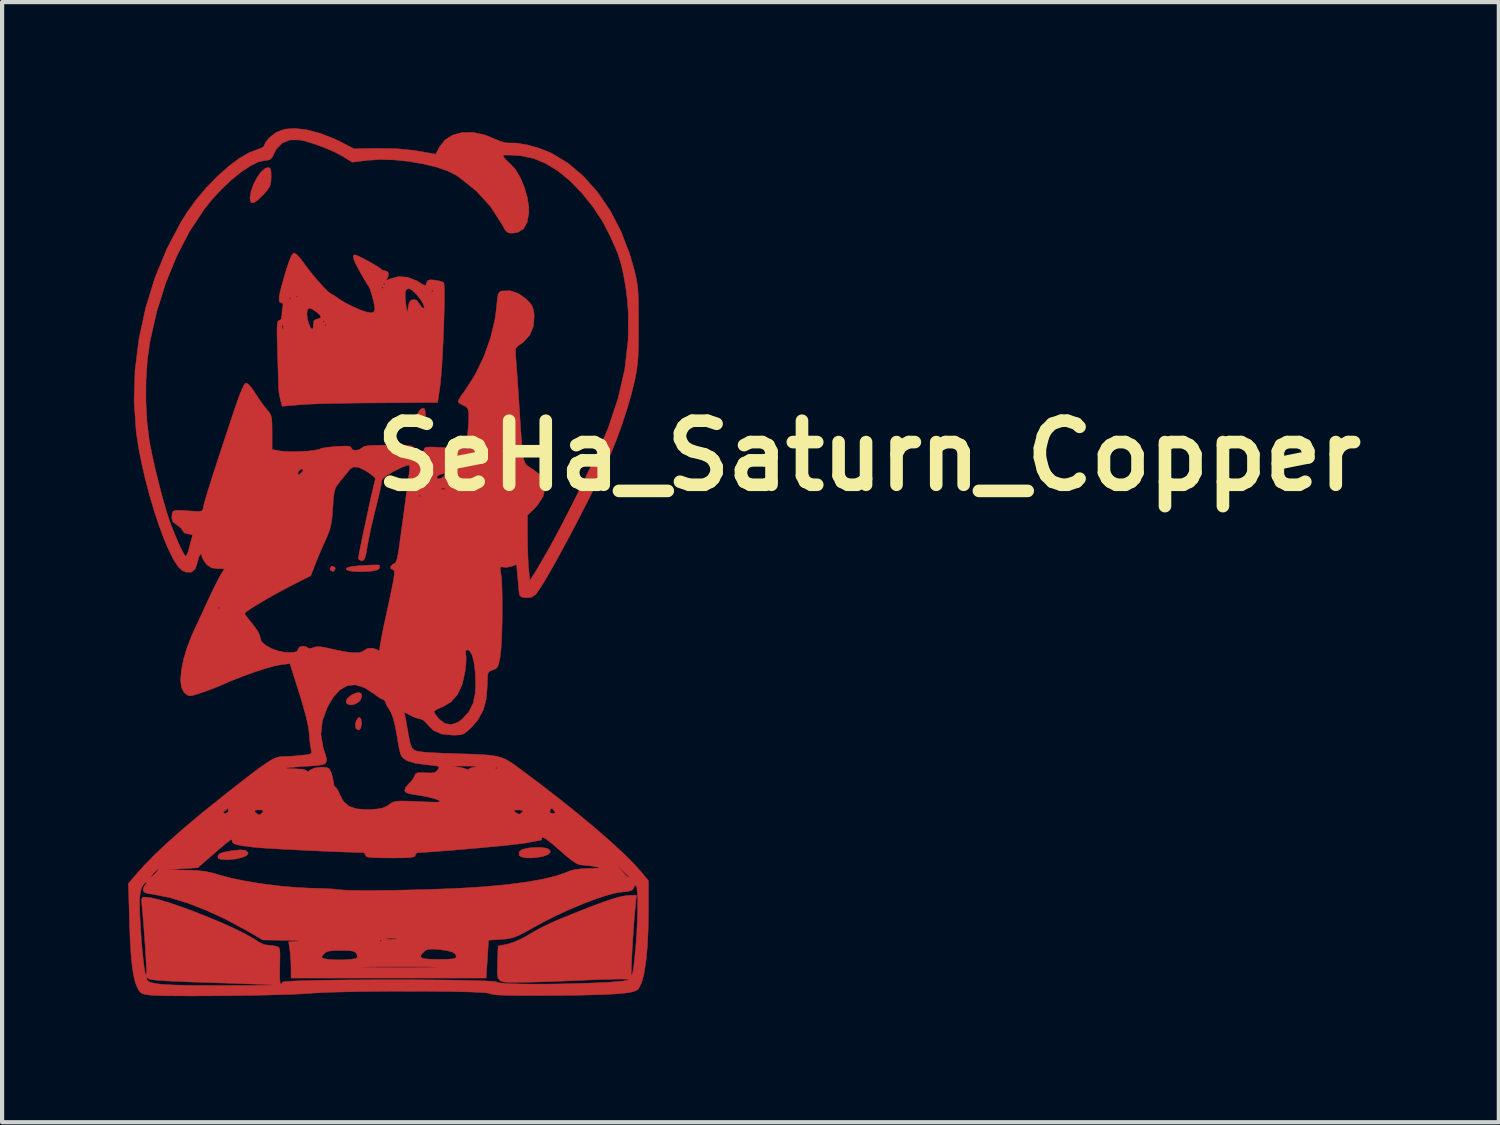
<source format=kicad_pcb>
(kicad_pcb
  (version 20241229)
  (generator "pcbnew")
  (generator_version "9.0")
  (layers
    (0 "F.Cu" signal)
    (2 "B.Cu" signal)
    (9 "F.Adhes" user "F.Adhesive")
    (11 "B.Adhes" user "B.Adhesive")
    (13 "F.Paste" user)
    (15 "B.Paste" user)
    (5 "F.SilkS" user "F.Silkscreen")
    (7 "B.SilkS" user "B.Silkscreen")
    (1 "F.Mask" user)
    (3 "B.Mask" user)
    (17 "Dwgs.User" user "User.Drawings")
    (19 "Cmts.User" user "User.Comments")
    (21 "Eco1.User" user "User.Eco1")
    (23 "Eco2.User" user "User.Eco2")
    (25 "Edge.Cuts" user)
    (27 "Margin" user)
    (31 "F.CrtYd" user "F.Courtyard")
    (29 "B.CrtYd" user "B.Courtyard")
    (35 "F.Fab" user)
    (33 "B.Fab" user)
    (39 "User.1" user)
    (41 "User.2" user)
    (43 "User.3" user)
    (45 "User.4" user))
  (footprint "SeHa_Saturn_Copper"
    (layer "F.Cu")
    (at 6.197 10.334)
    (property "Reference" "SeHa_Saturn_Copper" (at 11.43 -2.54 0) (layer "F.SilkS") (effects (font (size 1.524 1.524) (thickness 0.3))))
    (attr through_hole)
    (fp_poly (pts (xy -1.277 0.119) (xy -1.27 0.148) (xy -1.304 0.204) (xy -1.333 0.212) (xy -1.39 0.178) (xy -1.397 0.148) (xy -1.363 0.092) (xy -1.333 0.085) (xy -1.277 0.119)) (stroke (width 0.01) (type solid)) (fill yes) (layer "F.Cu"))
    (fp_poly (pts (xy -0.658 3.722) (xy -0.643 3.83) (xy -0.643 3.831) (xy -0.662 3.935) (xy -0.707 3.984) (xy -0.762 3.964) (xy -0.782 3.939) (xy -0.794 3.865) (xy -0.773 3.773) (xy -0.732 3.701) (xy -0.698 3.683) (xy -0.658 3.722)) (stroke (width 0.01) (type solid)) (fill yes) (layer "F.Cu"))
    (fp_poly (pts (xy -0.647 3.121) (xy -0.64 3.192) (xy -0.678 3.278) (xy -0.712 3.317) (xy -0.81 3.373) (xy -0.911 3.388) (xy -0.989 3.361) (xy -1.016 3.303) (xy -0.98 3.228) (xy -0.891 3.155) (xy -0.778 3.103) (xy -0.701 3.09) (xy -0.647 3.121)) (stroke (width 0.01) (type solid)) (fill yes) (layer "F.Cu"))
    (fp_poly (pts (xy 0.85 -3.664) (xy 0.87 -3.602) (xy 0.875 -3.494) (xy 0.87 -3.376) (xy 0.849 -3.319) (xy 0.799 -3.303) (xy 0.775 -3.302) (xy 0.688 -3.325) (xy 0.651 -3.363) (xy 0.652 -3.451) (xy 0.694 -3.557) (xy 0.758 -3.644) (xy 0.808 -3.674) (xy 0.85 -3.664)) (stroke (width 0.01) (type solid)) (fill yes) (layer "F.Cu"))
    (fp_poly (pts (xy 3.767 6.798) (xy 3.839 6.848) (xy 3.844 6.891) (xy 3.795 6.945) (xy 3.686 6.987) (xy 3.542 7.015) (xy 3.387 7.028) (xy 3.246 7.023) (xy 3.143 6.996) (xy 3.105 6.961) (xy 3.103 6.882) (xy 3.173 6.826) (xy 3.319 6.792) (xy 3.404 6.782) (xy 3.621 6.776) (xy 3.767 6.798)) (stroke (width 0.01) (type solid)) (fill yes) (layer "F.Cu"))
    (fp_poly (pts (xy -3.407 6.847) (xy -3.349 6.896) (xy -3.344 6.922) (xy -3.383 6.973) (xy -3.488 7.018) (xy -3.638 7.052) (xy -3.815 7.069) (xy -3.863 7.069) (xy -3.994 7.062) (xy -4.055 7.035) (xy -4.064 7.009) (xy -4.053 6.956) (xy -4.008 6.919) (xy -3.913 6.889) (xy -3.751 6.859) (xy -3.737 6.856) (xy -3.535 6.834) (xy -3.407 6.847)) (stroke (width 0.01) (type solid)) (fill yes) (layer "F.Cu"))
    (fp_poly (pts (xy -0.235 0.058) (xy -0.221 0.062) (xy -0.217 0.112) (xy -0.226 0.146) (xy -0.277 0.178) (xy -0.385 0.201) (xy -0.529 0.214) (xy -0.685 0.218) (xy -0.833 0.211) (xy -0.949 0.194) (xy -1.011 0.166) (xy -1.016 0.155) (xy -0.99 0.123) (xy -0.905 0.099) (xy -0.751 0.08) (xy -0.628 0.07) (xy -0.456 0.06) (xy -0.318 0.056) (xy -0.235 0.058)) (stroke (width 0.01) (type solid)) (fill yes) (layer "F.Cu"))
    (fp_poly (pts (xy -2.828 -9.387) (xy -2.804 -9.34) (xy -2.796 -9.238) (xy -2.796 -9.176) (xy -2.802 -9.046) (xy -2.829 -8.951) (xy -2.891 -8.857) (xy -2.982 -8.752) (xy -3.121 -8.618) (xy -3.22 -8.558) (xy -3.28 -8.572) (xy -3.3 -8.661) (xy -3.3 -8.668) (xy -3.276 -8.826) (xy -3.217 -8.996) (xy -3.133 -9.158) (xy -3.038 -9.292) (xy -2.941 -9.377) (xy -2.877 -9.398) (xy -2.828 -9.387)) (stroke (width 0.01) (type solid)) (fill yes) (layer "F.Cu"))
    (fp_poly (pts (xy -2.192 -7.331) (xy -2.109 -7.244) (xy -2.014 -7.12) (xy -2.001 -7.1) (xy -1.906 -6.971) (xy -1.79 -6.826) (xy -1.665 -6.682) (xy -1.547 -6.552) (xy -1.448 -6.452) (xy -1.381 -6.398) (xy -1.366 -6.392) (xy -1.32 -6.369) (xy -1.235 -6.31) (xy -1.199 -6.284) (xy -1.053 -6.19) (xy -0.862 -6.092) (xy -0.665 -6.007) (xy -0.508 -5.956) (xy -0.402 -5.942) (xy -0.344 -5.97) (xy -0.33 -6.052) (xy -0.354 -6.197) (xy -0.372 -6.267) (xy -0.383 -6.305) (xy 0.393 -6.305) (xy 0.407 -6.168) (xy 0.426 -6.028) (xy 0.438 -5.966) (xy 0.448 -5.975) (xy 0.46 -6.047) (xy 0.464 -6.075) (xy 0.49 -6.19) (xy 0.536 -6.245) (xy 0.582 -6.258) (xy 0.669 -6.241) (xy 0.726 -6.162) (xy 0.774 -6.087) (xy 0.821 -6.05) (xy 0.846 -6.068) (xy 0.847 -6.078) (xy 0.819 -6.16) (xy 0.751 -6.269) (xy 0.661 -6.381) (xy 0.584 -6.456) (xy 1.016 -6.456) (xy 1.037 -6.435) (xy 1.058 -6.456) (xy 1.037 -6.477) (xy 1.016 -6.456) (xy 0.584 -6.456) (xy 0.568 -6.471) (xy 0.494 -6.518) (xy 0.481 -6.519) (xy 0.423 -6.5) (xy 0.394 -6.432) (xy 0.393 -6.305) (xy -0.383 -6.305) (xy -0.412 -6.409) (xy -0.446 -6.515) (xy -0.458 -6.54) (xy -0.169 -6.54) (xy -0.148 -6.519) (xy -0.127 -6.54) (xy -0.148 -6.562) (xy -0.169 -6.54) (xy -0.458 -6.54) (xy -0.467 -6.562) (xy -0.498 -6.606) (xy -0.51 -6.625) (xy -0.127 -6.625) (xy -0.106 -6.604) (xy -0.085 -6.625) (xy -0.106 -6.646) (xy -0.127 -6.625) (xy -0.51 -6.625) (xy -0.559 -6.705) (xy -0.639 -6.841) (xy -0.669 -6.893) (xy -0.775 -7.089) (xy -0.832 -7.221) (xy -0.843 -7.298) (xy -0.809 -7.324) (xy -0.806 -7.324) (xy -0.748 -7.304) (xy -0.642 -7.254) (xy -0.511 -7.185) (xy -0.377 -7.11) (xy -0.263 -7.041) (xy -0.19 -6.991) (xy -0.176 -6.976) (xy -0.128 -6.948) (xy -0.081 -6.943) (xy -0.017 -6.912) (xy -0.001 -6.838) (xy -0.039 -6.751) (xy -0.053 -6.735) (xy -0.058 -6.714) (xy 0.002 -6.734) (xy 0.039 -6.752) (xy 0.232 -6.805) (xy 0.447 -6.789) (xy 0.661 -6.708) (xy 0.716 -6.675) (xy 0.816 -6.611) (xy 0.868 -6.592) (xy 0.891 -6.615) (xy 0.903 -6.655) (xy 0.929 -6.709) (xy 0.985 -6.728) (xy 1.095 -6.72) (xy 1.103 -6.719) (xy 1.22 -6.697) (xy 1.299 -6.669) (xy 1.311 -6.66) (xy 1.32 -6.606) (xy 1.325 -6.481) (xy 1.326 -6.297) (xy 1.323 -6.068) (xy 1.316 -5.806) (xy 1.307 -5.525) (xy 1.295 -5.239) (xy 1.281 -4.959) (xy 1.266 -4.699) (xy 1.25 -4.472) (xy 1.233 -4.292) (xy 1.225 -4.223) (xy 1.167 -3.81) (xy -0.104 -3.8) (xy -0.544 -3.797) (xy -0.911 -3.793) (xy -1.214 -3.788) (xy -1.466 -3.783) (xy -1.676 -3.777) (xy -1.857 -3.77) (xy -2.018 -3.76) (xy -2.171 -3.749) (xy -2.252 -3.743) (xy -2.535 -3.718) (xy -2.577 -3.881) (xy -2.606 -4.016) (xy -2.619 -4.136) (xy -2.62 -4.149) (xy -2.621 -4.225) (xy -2.625 -4.369) (xy -2.631 -4.566) (xy -2.638 -4.799) (xy -2.645 -5.006) (xy -2.653 -5.278) (xy -2.656 -5.476) (xy -2.655 -5.612) (xy -2.655 -5.613) (xy -2.537 -5.613) (xy -2.529 -5.558) (xy -2.514 -5.557) (xy -2.504 -5.614) (xy -2.511 -5.638) (xy -2.53 -5.654) (xy -2.537 -5.613) (xy -2.655 -5.613) (xy -2.647 -5.696) (xy -2.633 -5.741) (xy -2.613 -5.757) (xy -2.605 -5.757) (xy -2.557 -5.789) (xy -2.54 -5.89) (xy -2.54 -5.902) (xy -2.539 -5.922) (xy -1.946 -5.922) (xy -1.932 -5.79) (xy -1.901 -5.679) (xy -1.853 -5.578) (xy -1.814 -5.55) (xy -1.792 -5.598) (xy -1.791 -5.652) (xy -1.524 -5.652) (xy -1.503 -5.63) (xy -1.482 -5.652) (xy -1.503 -5.673) (xy -1.524 -5.652) (xy -1.791 -5.652) (xy -1.791 -5.662) (xy -1.783 -5.736) (xy -1.566 -5.736) (xy -1.545 -5.715) (xy -1.524 -5.736) (xy -1.545 -5.757) (xy -1.566 -5.736) (xy -1.783 -5.736) (xy -1.781 -5.752) (xy -1.723 -5.789) (xy -1.704 -5.792) (xy -1.629 -5.816) (xy -1.609 -5.842) (xy -1.641 -5.895) (xy -1.719 -5.964) (xy -1.81 -6.024) (xy -1.884 -6.053) (xy -1.89 -6.054) (xy -1.932 -6.017) (xy -1.946 -5.922) (xy -2.539 -5.922) (xy -2.533 -6.022) (xy -2.515 -6.112) (xy -2.514 -6.114) (xy -2.518 -6.17) (xy -2.559 -6.181) (xy -2.595 -6.197) (xy -2.61 -6.252) (xy -2.606 -6.287) (xy -2.371 -6.287) (xy -2.349 -6.265) (xy -2.328 -6.287) (xy -2.349 -6.308) (xy -2.371 -6.287) (xy -2.606 -6.287) (xy -2.602 -6.329) (xy -2.201 -6.329) (xy -2.18 -6.308) (xy -2.159 -6.329) (xy -2.18 -6.35) (xy -2.201 -6.329) (xy -2.602 -6.329) (xy -2.6 -6.354) (xy -2.565 -6.512) (xy -2.504 -6.736) (xy -2.446 -6.932) (xy -2.378 -7.143) (xy -2.323 -7.279) (xy -2.278 -7.35) (xy -2.247 -7.365) (xy -2.192 -7.331)) (stroke (width 0.01) (type solid)) (fill yes) (layer "F.Cu"))
    (fp_poly (pts (xy -1.941 -10.295) (xy -1.623 -10.21) (xy -1.286 -10.077) (xy -1.122 -9.998) (xy -0.826 -9.845) (xy -0.275 -9.855) (xy 0.186 -9.847) (xy 0.593 -9.807) (xy 0.698 -9.79) (xy 1.121 -9.716) (xy 1.206 -9.883) (xy 1.338 -10.054) (xy 1.524 -10.171) (xy 1.751 -10.232) (xy 2.008 -10.234) (xy 2.28 -10.177) (xy 2.485 -10.094) (xy 2.631 -10.032) (xy 2.763 -9.992) (xy 2.838 -9.984) (xy 3.045 -9.98) (xy 3.297 -9.938) (xy 3.567 -9.862) (xy 3.828 -9.761) (xy 3.881 -9.735) (xy 4.271 -9.5) (xy 4.636 -9.189) (xy 4.97 -8.813) (xy 5.267 -8.378) (xy 5.521 -7.893) (xy 5.726 -7.365) (xy 5.812 -7.076) (xy 5.856 -6.909) (xy 5.889 -6.77) (xy 5.912 -6.64) (xy 5.928 -6.505) (xy 5.938 -6.347) (xy 5.943 -6.149) (xy 5.945 -5.896) (xy 5.945 -5.673) (xy 5.945 -5.353) (xy 5.941 -5.101) (xy 5.934 -4.9) (xy 5.92 -4.731) (xy 5.901 -4.579) (xy 5.873 -4.425) (xy 5.85 -4.318) (xy 5.771 -3.997) (xy 5.666 -3.638) (xy 5.545 -3.268) (xy 5.418 -2.918) (xy 5.295 -2.616) (xy 5.27 -2.561) (xy 5.112 -2.226) (xy 4.939 -1.869) (xy 4.755 -1.5) (xy 4.566 -1.13) (xy 4.377 -0.766) (xy 4.192 -0.419) (xy 4.017 -0.099) (xy 3.857 0.187) (xy 3.717 0.427) (xy 3.601 0.613) (xy 3.516 0.735) (xy 3.495 0.76) (xy 3.397 0.827) (xy 3.263 0.838) (xy 3.262 0.838) (xy 3.16 0.821) (xy 3.115 0.776) (xy 3.101 0.699) (xy 3.091 0.586) (xy 3.077 0.43) (xy 3.066 0.309) (xy 3.042 0.047) (xy 2.93 0.089) (xy 2.813 0.113) (xy 2.727 0.109) (xy 2.672 0.101) (xy 2.652 0.128) (xy 2.661 0.209) (xy 2.671 0.265) (xy 2.686 0.392) (xy 2.696 0.585) (xy 2.701 0.826) (xy 2.702 1.096) (xy 2.7 1.378) (xy 2.693 1.652) (xy 2.683 1.9) (xy 2.669 2.105) (xy 2.652 2.244) (xy 2.622 2.393) (xy 2.592 2.481) (xy 2.548 2.528) (xy 2.479 2.556) (xy 2.477 2.556) (xy 2.412 2.579) (xy 2.374 2.611) (xy 2.355 2.674) (xy 2.349 2.786) (xy 2.347 2.916) (xy 2.322 3.246) (xy 2.247 3.519) (xy 2.116 3.752) (xy 1.986 3.903) (xy 1.874 4.011) (xy 1.79 4.072) (xy 1.704 4.099) (xy 1.583 4.106) (xy 1.515 4.106) (xy 1.261 4.079) (xy 1.064 3.994) (xy 0.919 3.85) (xy 0.908 3.833) (xy 0.835 3.756) (xy 0.766 3.725) (xy 0.685 3.707) (xy 0.57 3.661) (xy 0.533 3.643) (xy 0.371 3.56) (xy 0.398 3.696) (xy 0.42 3.809) (xy 0.448 3.968) (xy 0.474 4.12) (xy 0.511 4.297) (xy 0.554 4.407) (xy 0.61 4.465) (xy 0.676 4.487) (xy 0.804 4.506) (xy 0.998 4.522) (xy 1.266 4.535) (xy 1.612 4.547) (xy 1.622 4.547) (xy 1.949 4.557) (xy 2.206 4.568) (xy 2.405 4.584) (xy 2.562 4.607) (xy 2.688 4.641) (xy 2.799 4.689) (xy 2.908 4.754) (xy 3.029 4.838) (xy 3.077 4.874) (xy 3.582 5.252) (xy 4.061 5.622) (xy 4.507 5.98) (xy 4.914 6.319) (xy 5.276 6.634) (xy 5.586 6.919) (xy 5.838 7.17) (xy 6.022 7.376) (xy 6.181 7.571) (xy 6.181 8.253) (xy 6.174 8.732) (xy 6.153 9.151) (xy 6.119 9.506) (xy 6.072 9.793) (xy 6.014 10.005) (xy 5.945 10.14) (xy 5.929 10.157) (xy 5.878 10.189) (xy 5.79 10.216) (xy 5.658 10.239) (xy 5.477 10.257) (xy 5.241 10.272) (xy 4.943 10.283) (xy 4.578 10.292) (xy 4.14 10.297) (xy 3.699 10.3) (xy 3.321 10.301) (xy 3.019 10.3) (xy 2.787 10.296) (xy 2.616 10.289) (xy 2.499 10.279) (xy 2.429 10.266) (xy 2.401 10.252) (xy 2.344 10.24) (xy 2.212 10.229) (xy 2.016 10.219) (xy 1.764 10.212) (xy 1.467 10.206) (xy 1.135 10.202) (xy 0.777 10.199) (xy 0.404 10.199) (xy 0.025 10.2) (xy -0.35 10.203) (xy -0.71 10.208) (xy -1.047 10.214) (xy -1.35 10.222) (xy -1.609 10.232) (xy -1.814 10.244) (xy -1.884 10.25) (xy -2.047 10.261) (xy -2.276 10.271) (xy -2.559 10.28) (xy -2.883 10.289) (xy -3.237 10.296) (xy -3.607 10.302) (xy -3.983 10.306) (xy -4.35 10.309) (xy -4.698 10.31) (xy -5.014 10.309) (xy -5.286 10.306) (xy -5.5 10.301) (xy -5.646 10.294) (xy -5.673 10.291) (xy -5.81 10.272) (xy -5.891 10.24) (xy -5.944 10.181) (xy -5.978 10.117) (xy -6.029 9.987) (xy -6.051 9.893) (xy -5.757 9.893) (xy -5.745 9.936) (xy -5.704 9.971) (xy -5.628 9.999) (xy -5.509 10.022) (xy -5.341 10.038) (xy -5.116 10.05) (xy -4.829 10.058) (xy -4.472 10.062) (xy -4.038 10.063) (xy -3.937 10.063) (xy -3.623 10.062) (xy -3.345 10.061) (xy -3.112 10.059) (xy -2.931 10.056) (xy -2.813 10.053) (xy -2.767 10.05) (xy -2.773 10.048) (xy -2.845 10.044) (xy -2.991 10.037) (xy -3.199 10.029) (xy -3.458 10.02) (xy -3.758 10.009) (xy -4.087 9.999) (xy -4.294 9.992) (xy -4.703 9.979) (xy -5.034 9.966) (xy -5.292 9.953) (xy -5.484 9.94) (xy -5.616 9.926) (xy -5.693 9.911) (xy -5.722 9.896) (xy -5.751 9.867) (xy -5.757 9.893) (xy -6.051 9.893) (xy -6.07 9.816) (xy -6.103 9.595) (xy -6.13 9.316) (xy -6.151 8.97) (xy -6.166 8.549) (xy -6.168 8.507) (xy -6.178 8.136) (xy -5.927 8.136) (xy -5.921 8.367) (xy -5.905 8.663) (xy -5.882 8.995) (xy -5.862 9.232) (xy -5.84 9.441) (xy -5.819 9.613) (xy -5.799 9.737) (xy -5.781 9.806) (xy -5.768 9.809) (xy -5.761 9.737) (xy -5.761 9.737) (xy -5.763 9.649) (xy -5.771 9.496) (xy -5.782 9.295) (xy -5.797 9.065) (xy -5.814 8.825) (xy -5.832 8.592) (xy -5.849 8.387) (xy -5.864 8.226) (xy -5.866 8.202) (xy -5.879 8.065) (xy -5.875 7.993) (xy -5.849 7.964) (xy -5.794 7.959) (xy -5.792 7.959) (xy -5.647 7.977) (xy -5.44 8.027) (xy -5.185 8.105) (xy -4.896 8.204) (xy -4.586 8.319) (xy -4.27 8.445) (xy -3.961 8.575) (xy -3.674 8.706) (xy -3.421 8.83) (xy -3.217 8.944) (xy -3.095 9.025) (xy -2.983 9.082) (xy -2.884 9.102) (xy -2.756 9.113) (xy -2.675 9.129) (xy -2.631 9.144) (xy -2.604 9.173) (xy -2.589 9.231) (xy -2.585 9.334) (xy -2.588 9.499) (xy -2.59 9.594) (xy -2.593 9.815) (xy -2.587 9.962) (xy -2.571 10.033) (xy -2.547 10.024) (xy -2.53 9.983) (xy -2.485 9.971) (xy -2.365 9.961) (xy -2.178 9.952) (xy -1.933 9.945) (xy -1.639 9.938) (xy -1.305 9.933) (xy -0.941 9.929) (xy -0.555 9.927) (xy -0.156 9.925) (xy 0.247 9.925) (xy 0.645 9.926) (xy 1.029 9.929) (xy 1.39 9.932) (xy 1.72 9.937) (xy 2.008 9.944) (xy 2.246 9.951) (xy 2.425 9.96) (xy 2.537 9.97) (xy 2.572 9.98) (xy 2.619 9.997) (xy 2.738 10.011) (xy 2.92 10.02) (xy 3.151 10.026) (xy 3.422 10.029) (xy 3.719 10.029) (xy 4.031 10.025) (xy 4.348 10.019) (xy 4.658 10.01) (xy 4.948 9.999) (xy 5.208 9.986) (xy 5.426 9.971) (xy 5.591 9.954) (xy 5.69 9.936) (xy 5.713 9.925) (xy 5.685 9.914) (xy 5.579 9.909) (xy 5.4 9.91) (xy 5.153 9.916) (xy 4.844 9.927) (xy 4.686 9.934) (xy 4.36 9.949) (xy 4.029 9.962) (xy 3.715 9.973) (xy 3.436 9.981) (xy 3.212 9.986) (xy 3.123 9.987) (xy 2.898 9.989) (xy 2.744 9.98) (xy 2.65 9.95) (xy 2.6 9.884) (xy 2.583 9.77) (xy 2.586 9.595) (xy 2.591 9.462) (xy 2.603 9.124) (xy 2.815 9.081) (xy 2.966 9.035) (xy 3.144 8.958) (xy 3.281 8.884) (xy 3.443 8.788) (xy 3.592 8.706) (xy 3.744 8.629) (xy 3.918 8.549) (xy 4.129 8.459) (xy 4.397 8.351) (xy 4.513 8.304) (xy 4.855 8.17) (xy 5.129 8.068) (xy 5.347 7.995) (xy 5.519 7.948) (xy 5.654 7.923) (xy 5.749 7.916) (xy 5.894 7.916) (xy 5.868 8.181) (xy 5.851 8.363) (xy 5.834 8.58) (xy 5.818 8.817) (xy 5.802 9.058) (xy 5.789 9.289) (xy 5.778 9.495) (xy 5.772 9.66) (xy 5.77 9.77) (xy 5.773 9.809) (xy 5.795 9.79) (xy 5.819 9.691) (xy 5.843 9.509) (xy 5.87 9.244) (xy 5.884 9.081) (xy 5.904 8.792) (xy 5.917 8.511) (xy 5.924 8.251) (xy 5.924 8.026) (xy 5.916 7.847) (xy 5.902 7.728) (xy 5.884 7.684) (xy 5.847 7.692) (xy 5.842 7.719) (xy 5.803 7.787) (xy 5.696 7.826) (xy 5.61 7.832) (xy 5.444 7.852) (xy 5.217 7.909) (xy 4.945 7.997) (xy 4.64 8.112) (xy 4.317 8.247) (xy 3.99 8.397) (xy 3.671 8.558) (xy 3.471 8.667) (xy 3.266 8.782) (xy 3.112 8.861) (xy 2.992 8.912) (xy 2.883 8.941) (xy 2.766 8.958) (xy 2.681 8.965) (xy 2.377 8.985) (xy 2.319 9.885) (xy -2.322 9.885) (xy -2.323 9.639) (xy -2.323 9.626) (xy -0.647 9.626) (xy -0.614 9.628) (xy -0.509 9.63) (xy -0.337 9.631) (xy -0.1 9.632) (xy 0.196 9.633) (xy 0.275 9.633) (xy 0.584 9.633) (xy 0.833 9.632) (xy 1.018 9.63) (xy 1.136 9.628) (xy 1.182 9.626) (xy 1.152 9.624) (xy 1.043 9.621) (xy 1.003 9.62) (xy 0.683 9.617) (xy 0.321 9.615) (xy -0.046 9.616) (xy -0.378 9.619) (xy -0.479 9.62) (xy -0.603 9.623) (xy -0.647 9.626) (xy -2.323 9.626) (xy -2.329 9.462) (xy -2.335 9.377) (xy -1.592 9.377) (xy -1.577 9.41) (xy -1.562 9.417) (xy -1.445 9.439) (xy -1.276 9.451) (xy -1.088 9.452) (xy -0.914 9.442) (xy -0.784 9.421) (xy -0.771 9.417) (xy -0.738 9.383) (xy -0.739 9.381) (xy 0.759 9.381) (xy 0.808 9.415) (xy 0.927 9.433) (xy 1.122 9.44) (xy 1.185 9.44) (xy 1.386 9.438) (xy 1.515 9.429) (xy 1.585 9.412) (xy 1.608 9.386) (xy 1.609 9.382) (xy 1.587 9.314) (xy 1.513 9.265) (xy 1.376 9.23) (xy 1.214 9.209) (xy 1.051 9.196) (xy 0.948 9.2) (xy 0.88 9.225) (xy 0.844 9.253) (xy 0.773 9.328) (xy 0.759 9.381) (xy -0.739 9.381) (xy -0.762 9.314) (xy -0.795 9.27) (xy -0.852 9.245) (xy -0.951 9.232) (xy -1.113 9.229) (xy -1.138 9.229) (xy -1.314 9.232) (xy -1.428 9.246) (xy -1.5 9.274) (xy -1.544 9.312) (xy -1.592 9.377) (xy -2.335 9.377) (xy -2.342 9.285) (xy -2.352 9.207) (xy -2.38 9.022) (xy -2.153 9.008) (xy -2.107 9.002) (xy -2.138 8.997) (xy -2.157 8.996) (xy -0.212 8.996) (xy -0.191 9.017) (xy -0.169 8.996) (xy -0.191 8.975) (xy -0.212 8.996) (xy -2.157 8.996) (xy -2.237 8.992) (xy -2.398 8.988) (xy -2.458 8.987) (xy -2.991 8.979) (xy -3.035 8.954) (xy -0.061 8.954) (xy -0.015 8.961) (xy 0.064 8.963) (xy 0.164 8.96) (xy 0.201 8.952) (xy 0.18 8.945) (xy 0.064 8.937) (xy -0.031 8.944) (xy -0.061 8.954) (xy -3.035 8.954) (xy -3.409 8.738) (xy -3.871 8.49) (xy -4.332 8.276) (xy -4.779 8.102) (xy -5.195 7.975) (xy -5.566 7.899) (xy -5.599 7.895) (xy -5.741 7.872) (xy -5.815 7.843) (xy -5.841 7.801) (xy -5.842 7.787) (xy -5.821 7.708) (xy -5.8 7.684) (xy -5.759 7.625) (xy -5.757 7.612) (xy -5.779 7.609) (xy -5.832 7.662) (xy -5.842 7.674) (xy -5.88 7.74) (xy -5.907 7.832) (xy -5.922 7.961) (xy -5.927 8.136) (xy -6.178 8.136) (xy -6.192 7.636) (xy -6.071 7.492) (xy -5.668 7.492) (xy -5.666 7.493) (xy -5.626 7.465) (xy -5.556 7.398) (xy -5.546 7.387) (xy -5.485 7.317) (xy -5.481 7.309) (xy -5.313 7.309) (xy -4.838 7.316) (xy -4.58 7.325) (xy -4.376 7.346) (xy -4.196 7.383) (xy -4.052 7.425) (xy -3.767 7.504) (xy -3.418 7.576) (xy -3.028 7.64) (xy -2.617 7.692) (xy -2.208 7.729) (xy -1.822 7.748) (xy -1.721 7.75) (xy -1.528 7.755) (xy -1.342 7.766) (xy -1.198 7.78) (xy -1.187 7.782) (xy -1.068 7.792) (xy -0.877 7.798) (xy -0.625 7.801) (xy -0.323 7.801) (xy 0.016 7.798) (xy 0.381 7.791) (xy 0.76 7.782) (xy 1.141 7.77) (xy 1.513 7.756) (xy 1.714 7.747) (xy 2.285 7.711) (xy 2.804 7.663) (xy 3.265 7.603) (xy 3.663 7.533) (xy 3.991 7.454) (xy 4.242 7.366) (xy 4.293 7.342) (xy 4.407 7.309) (xy 4.579 7.285) (xy 4.758 7.276) (xy 4.919 7.273) (xy 5.003 7.268) (xy 5.017 7.259) (xy 4.967 7.244) (xy 4.932 7.237) (xy 4.814 7.218) (xy 5.44 7.218) (xy 5.564 7.355) (xy 5.654 7.452) (xy 5.701 7.49) (xy 5.715 7.48) (xy 5.715 7.48) (xy 5.687 7.446) (xy 5.615 7.377) (xy 5.577 7.342) (xy 5.44 7.218) (xy 4.814 7.218) (xy 4.778 7.212) (xy 4.629 7.199) (xy 4.614 7.199) (xy 4.541 7.189) (xy 4.462 7.156) (xy 4.363 7.09) (xy 4.23 6.984) (xy 4.064 6.839) (xy 3.881 6.682) (xy 3.749 6.581) (xy 3.67 6.537) (xy 3.648 6.543) (xy 3.632 6.598) (xy 3.627 6.604) (xy 3.585 6.611) (xy 3.48 6.631) (xy 3.332 6.659) (xy 3.281 6.669) (xy 3.172 6.685) (xy 2.993 6.706) (xy 2.76 6.731) (xy 2.487 6.758) (xy 2.189 6.786) (xy 1.88 6.813) (xy 1.577 6.839) (xy 1.293 6.862) (xy 1.043 6.881) (xy 0.842 6.894) (xy 0.706 6.9) (xy 0.688 6.9) (xy 0.641 6.934) (xy 0.635 6.964) (xy 0.623 6.989) (xy 0.579 7.007) (xy 0.492 7.019) (xy 0.348 7.025) (xy 0.136 7.027) (xy 0.042 7.027) (xy -0.197 7.026) (xy -0.363 7.021) (xy -0.469 7.012) (xy -0.527 6.997) (xy -0.549 6.974) (xy -0.55 6.964) (xy -0.579 6.907) (xy -0.603 6.9) (xy -0.807 6.895) (xy -1.062 6.886) (xy -1.354 6.875) (xy -1.668 6.861) (xy -1.989 6.846) (xy -2.303 6.831) (xy -2.596 6.815) (xy -2.851 6.8) (xy -3.055 6.786) (xy -3.193 6.774) (xy -3.216 6.772) (xy -3.432 6.744) (xy -3.577 6.72) (xy -3.666 6.696) (xy -3.71 6.667) (xy -3.725 6.63) (xy -3.725 6.619) (xy -3.729 6.597) (xy -3.746 6.593) (xy -3.784 6.614) (xy -3.852 6.666) (xy -3.959 6.755) (xy -4.113 6.887) (xy -4.299 7.048) (xy -4.542 7.26) (xy -4.927 7.284) (xy -5.313 7.309) (xy -5.481 7.309) (xy -5.465 7.282) (xy -5.467 7.281) (xy -5.508 7.309) (xy -5.578 7.377) (xy -5.588 7.387) (xy -5.648 7.457) (xy -5.668 7.492) (xy -6.071 7.492) (xy -6.052 7.469) (xy -5.824 7.214) (xy -5.56 6.944) (xy -5.252 6.654) (xy -4.894 6.338) (xy -4.481 5.991) (xy -4.434 5.953) (xy -3.937 5.953) (xy -3.902 5.967) (xy -3.873 5.969) (xy -3.819 5.935) (xy -3.813 5.913) (xy -3.19 5.913) (xy -3.166 5.946) (xy -3.099 6.003) (xy -3.042 5.987) (xy -3.006 5.948) (xy -2.982 5.905) (xy 2.975 5.905) (xy 3.017 5.944) (xy 3.024 5.949) (xy 3.094 5.985) (xy 3.13 5.98) (xy 3.185 5.926) (xy 3.196 5.917) (xy 3.192 5.905) (xy 3.837 5.905) (xy 3.844 5.957) (xy 3.901 5.969) (xy 3.961 5.96) (xy 3.948 5.919) (xy 3.937 5.905) (xy 3.888 5.853) (xy 3.873 5.842) (xy 3.85 5.875) (xy 3.837 5.905) (xy 3.192 5.905) (xy 3.188 5.897) (xy 3.116 5.887) (xy 3.09 5.886) (xy 2.996 5.89) (xy 2.975 5.905) (xy -2.982 5.905) (xy -2.981 5.904) (xy -3.018 5.887) (xy -3.087 5.884) (xy -3.174 5.89) (xy -3.19 5.913) (xy -3.813 5.913) (xy -3.81 5.9) (xy -3.821 5.855) (xy -3.867 5.879) (xy -3.873 5.884) (xy -3.926 5.935) (xy -3.937 5.953) (xy -4.434 5.953) (xy -4.004 5.607) (xy -3.791 5.438) (xy -3.494 5.206) (xy -3.255 5.021) (xy -3.087 4.896) (xy -2.442 4.896) (xy -2.359 4.902) (xy -2.233 4.906) (xy -2.062 4.916) (xy -1.967 4.938) (xy -1.947 4.96) (xy -1.923 4.975) (xy -1.87 4.938) (xy -1.763 4.887) (xy -1.605 4.868) (xy -1.603 4.868) (xy -1.483 4.874) (xy -1.418 4.902) (xy -1.378 4.971) (xy -1.363 5.009) (xy -1.328 5.133) (xy -1.312 5.239) (xy -1.312 5.242) (xy -1.297 5.315) (xy -1.274 5.334) (xy -1.237 5.37) (xy -1.188 5.461) (xy -1.164 5.518) (xy -1.074 5.685) (xy -0.945 5.797) (xy -0.765 5.859) (xy -0.524 5.876) (xy -0.458 5.875) (xy -0.273 5.863) (xy -0.146 5.839) (xy -0.048 5.796) (xy 0.003 5.762) (xy 0.062 5.721) (xy 0.119 5.694) (xy 0.191 5.678) (xy 0.295 5.673) (xy 0.447 5.675) (xy 0.664 5.684) (xy 0.716 5.686) (xy 0.944 5.696) (xy 1.097 5.7) (xy 1.186 5.697) (xy 1.221 5.688) (xy 1.211 5.671) (xy 1.176 5.649) (xy 1.078 5.613) (xy 0.927 5.575) (xy 0.751 5.543) (xy 0.72 5.538) (xy 0.548 5.511) (xy 0.444 5.484) (xy 0.393 5.453) (xy 0.381 5.415) (xy 0.412 5.336) (xy 0.481 5.261) (xy 0.566 5.17) (xy 0.612 5.085) (xy 0.638 5.03) (xy 0.685 5.003) (xy 0.778 4.997) (xy 0.877 5.002) (xy 1.018 5.006) (xy 1.102 4.99) (xy 1.154 4.949) (xy 1.17 4.927) (xy 1.196 4.883) (xy 1.191 4.855) (xy 1.181 4.851) (xy 1.512 4.851) (xy 1.561 4.857) (xy 1.566 4.857) (xy 1.703 4.873) (xy 1.805 4.896) (xy 1.839 4.913) (xy 1.89 4.927) (xy 1.903 4.914) (xy 1.949 4.889) (xy 2.54 4.889) (xy 2.561 4.911) (xy 2.582 4.889) (xy 2.561 4.868) (xy 2.54 4.889) (xy 1.949 4.889) (xy 1.957 4.885) (xy 2.062 4.862) (xy 2.096 4.857) (xy 2.125 4.851) (xy 2.079 4.846) (xy 1.967 4.842) (xy 1.8 4.841) (xy 1.799 4.841) (xy 1.639 4.842) (xy 1.541 4.846) (xy 1.512 4.851) (xy 1.181 4.851) (xy 1.142 4.837) (xy 1.035 4.823) (xy 0.889 4.81) (xy 0.641 4.776) (xy 0.461 4.723) (xy 0.413 4.699) (xy 0.354 4.659) (xy 0.311 4.613) (xy 0.28 4.545) (xy 0.252 4.436) (xy 0.222 4.271) (xy 0.201 4.14) (xy 0.154 3.882) (xy 0.105 3.693) (xy 0.051 3.556) (xy 0.046 3.548) (xy 1.079 3.548) (xy 1.106 3.604) (xy 1.171 3.691) (xy 1.196 3.721) (xy 1.338 3.829) (xy 1.492 3.854) (xy 1.655 3.796) (xy 1.746 3.729) (xy 1.907 3.552) (xy 2.01 3.347) (xy 2.062 3.097) (xy 2.07 2.874) (xy 2.058 2.591) (xy 2.028 2.362) (xy 1.983 2.196) (xy 1.924 2.1) (xy 1.889 2.081) (xy 1.834 2.084) (xy 1.828 2.136) (xy 1.836 2.174) (xy 1.844 2.269) (xy 1.838 2.416) (xy 1.82 2.582) (xy 1.75 2.898) (xy 1.636 3.143) (xy 1.476 3.323) (xy 1.268 3.441) (xy 1.242 3.45) (xy 1.14 3.494) (xy 1.084 3.537) (xy 1.079 3.548) (xy 0.046 3.548) (xy 0.02 3.504) (xy -0.044 3.399) (xy -0.081 3.32) (xy -0.085 3.303) (xy -0.117 3.262) (xy -0.131 3.26) (xy -0.189 3.235) (xy -0.285 3.172) (xy -0.351 3.122) (xy -0.579 2.975) (xy -0.79 2.91) (xy -0.985 2.928) (xy -1.163 3.029) (xy -1.327 3.214) (xy -1.46 3.446) (xy -1.578 3.771) (xy -1.612 4.085) (xy -1.563 4.389) (xy -1.545 4.445) (xy -1.494 4.599) (xy -1.475 4.703) (xy -1.498 4.77) (xy -1.575 4.808) (xy -1.716 4.83) (xy -1.93 4.845) (xy -1.937 4.846) (xy -2.189 4.862) (xy -2.357 4.876) (xy -2.441 4.887) (xy -2.442 4.896) (xy -3.087 4.896) (xy -3.065 4.879) (xy -2.915 4.774) (xy -2.799 4.701) (xy -2.706 4.654) (xy -2.63 4.627) (xy -2.56 4.616) (xy -2.517 4.614) (xy -2.374 4.61) (xy -2.196 4.598) (xy -2.078 4.587) (xy -1.935 4.57) (xy -1.859 4.552) (xy -1.833 4.521) (xy -1.841 4.468) (xy -1.846 4.449) (xy -1.865 4.346) (xy -1.881 4.197) (xy -1.888 4.085) (xy -1.911 3.907) (xy -1.967 3.656) (xy -2.057 3.334) (xy -2.124 3.118) (xy -2.349 2.405) (xy -2.566 2.43) (xy -2.723 2.461) (xy -2.939 2.522) (xy -3.197 2.606) (xy -3.477 2.708) (xy -3.763 2.822) (xy -3.911 2.886) (xy -4.107 2.968) (xy -4.307 3.045) (xy -4.49 3.109) (xy -4.636 3.155) (xy -4.727 3.174) (xy -4.731 3.174) (xy -4.797 3.147) (xy -4.868 3.09) (xy -4.929 2.974) (xy -4.95 2.797) (xy -4.933 2.57) (xy -4.88 2.306) (xy -4.794 2.016) (xy -4.675 1.713) (xy -4.637 1.63) (xy -4.559 1.463) (xy -4.461 1.251) (xy -4.443 1.212) (xy -3.429 1.212) (xy -3.404 1.251) (xy -3.339 1.337) (xy -3.247 1.452) (xy -3.236 1.466) (xy -3.12 1.625) (xy -3.062 1.744) (xy -3.057 1.793) (xy -3.029 1.875) (xy -2.937 1.961) (xy -2.8 2.039) (xy -2.637 2.101) (xy -2.467 2.136) (xy -2.381 2.14) (xy -2.248 2.134) (xy -2.181 2.114) (xy -2.16 2.074) (xy -2.159 2.064) (xy -2.125 2.011) (xy -2.048 1.988) (xy -1.966 1.999) (xy -1.927 2.03) (xy -1.871 2.047) (xy -1.797 2.024) (xy -1.715 2.001) (xy -1.605 2.005) (xy -1.443 2.036) (xy -1.407 2.045) (xy -1.096 2.112) (xy -0.859 2.145) (xy -0.696 2.143) (xy -0.604 2.108) (xy -0.597 2.1) (xy -0.506 2.046) (xy -0.385 2.035) (xy -0.28 2.068) (xy -0.262 2.083) (xy -0.224 2.104) (xy -0.212 2.053) (xy -0.212 2.039) (xy -0.203 1.966) (xy -0.178 1.827) (xy -0.142 1.639) (xy -0.096 1.418) (xy -0.066 1.279) (xy 0.007 0.945) (xy 0.062 0.685) (xy 0.101 0.49) (xy 0.125 0.35) (xy 0.135 0.257) (xy 0.133 0.202) (xy 0.121 0.176) (xy 0.1 0.169) (xy 0.049 0.144) (xy 0.05 0.089) (xy 0.097 0.04) (xy 0.119 0.032) (xy 0.161 0.004) (xy 0.193 -0.064) (xy 0.222 -0.188) (xy 0.246 -0.343) (xy 0.271 -0.525) (xy 0.304 -0.767) (xy 0.342 -1.046) (xy 0.382 -1.34) (xy 0.415 -1.587) (xy 0.72 -1.587) (xy 0.741 -1.566) (xy 0.762 -1.587) (xy 0.741 -1.609) (xy 0.72 -1.587) (xy 0.415 -1.587) (xy 0.42 -1.626) (xy 0.436 -1.746) (xy 1.246 -1.746) (xy 1.288 -1.739) (xy 1.343 -1.747) (xy 1.343 -1.761) (xy 1.287 -1.771) (xy 1.262 -1.765) (xy 1.246 -1.746) (xy 0.436 -1.746) (xy 0.455 -1.883) (xy 0.463 -1.947) (xy 0.804 -1.947) (xy 0.821 -1.912) (xy 0.884 -1.92) (xy 0.953 -1.947) (xy 1.003 -1.973) (xy 0.979 -1.984) (xy 0.921 -1.987) (xy 0.836 -1.976) (xy 0.804 -1.947) (xy 0.463 -1.947) (xy 0.474 -2.027) (xy 1.143 -2.027) (xy 1.172 -1.992) (xy 1.238 -2) (xy 1.306 -2.046) (xy 1.312 -2.053) (xy 1.339 -2.105) (xy 1.321 -2.117) (xy 1.231 -2.099) (xy 1.16 -2.058) (xy 1.143 -2.027) (xy 0.474 -2.027) (xy 0.482 -2.087) (xy 0.49 -2.152) (xy 0.502 -2.265) (xy 0.492 -2.313) (xy 0.451 -2.316) (xy 0.416 -2.306) (xy 0.327 -2.271) (xy 0.196 -2.208) (xy 0.074 -2.145) (xy -0.073 -2.055) (xy -0.151 -1.981) (xy -0.169 -1.924) (xy -0.179 -1.852) (xy -0.207 -1.716) (xy -0.249 -1.534) (xy -0.3 -1.324) (xy -0.315 -1.268) (xy -0.374 -1.024) (xy -0.431 -0.775) (xy -0.478 -0.55) (xy -0.51 -0.377) (xy -0.511 -0.37) (xy -0.54 -0.202) (xy -0.568 -0.102) (xy -0.6 -0.054) (xy -0.641 -0.042) (xy -0.706 -0.07) (xy -0.72 -0.104) (xy -0.711 -0.163) (xy -0.688 -0.288) (xy -0.653 -0.464) (xy -0.609 -0.677) (xy -0.559 -0.912) (xy -0.507 -1.155) (xy -0.456 -1.391) (xy -0.408 -1.606) (xy -0.367 -1.786) (xy -0.336 -1.915) (xy -0.318 -1.979) (xy -0.316 -1.984) (xy -0.33 -2.021) (xy -0.398 -2.082) (xy -0.497 -2.152) (xy -0.606 -2.216) (xy -0.703 -2.259) (xy -0.729 -2.267) (xy -0.838 -2.274) (xy -0.912 -2.229) (xy -0.927 -2.211) (xy -0.993 -2.131) (xy -1.086 -2.017) (xy -1.148 -1.942) (xy -1.216 -1.856) (xy -1.262 -1.781) (xy -1.29 -1.696) (xy -1.309 -1.58) (xy -1.322 -1.41) (xy -1.329 -1.304) (xy -1.346 -1.084) (xy -1.369 -0.917) (xy -1.405 -0.775) (xy -1.462 -0.627) (xy -1.509 -0.521) (xy -1.595 -0.328) (xy -1.681 -0.126) (xy -1.75 0.045) (xy -1.756 0.061) (xy -1.852 0.312) (xy -2.36 0.571) (xy -2.565 0.679) (xy -2.775 0.795) (xy -2.976 0.91) (xy -3.156 1.018) (xy -3.3 1.109) (xy -3.395 1.177) (xy -3.429 1.212) (xy -4.443 1.212) (xy -4.382 1.079) (xy -4.064 1.079) (xy -4.043 1.101) (xy -4.022 1.079) (xy -4.043 1.058) (xy -4.064 1.079) (xy -4.382 1.079) (xy -4.357 1.026) (xy -4.294 0.889) (xy -4.202 0.695) (xy -4.113 0.514) (xy -4.039 0.37) (xy -3.998 0.296) (xy -3.907 0.148) (xy -4.076 0.146) (xy -4.215 0.126) (xy -4.318 0.056) (xy -4.345 0.027) (xy -4.412 -0.068) (xy -4.444 -0.146) (xy -4.445 -0.153) (xy -4.456 -0.205) (xy -4.484 -0.191) (xy -4.517 -0.126) (xy -4.546 -0.024) (xy -4.551 0.003) (xy -4.603 0.154) (xy -4.693 0.229) (xy -4.818 0.228) (xy -4.904 0.194) (xy -5 0.108) (xy -5.107 -0.052) (xy -5.221 -0.275) (xy -5.34 -0.551) (xy -5.46 -0.87) (xy -5.577 -1.223) (xy -5.688 -1.598) (xy -5.79 -1.986) (xy -5.88 -2.377) (xy -5.954 -2.761) (xy -6.009 -3.128) (xy -6.009 -3.132) (xy -6.057 -3.833) (xy -5.776 -3.833) (xy -5.75 -3.348) (xy -5.696 -2.907) (xy -5.682 -2.829) (xy -5.618 -2.513) (xy -5.541 -2.175) (xy -5.457 -1.834) (xy -5.371 -1.51) (xy -5.289 -1.222) (xy -5.214 -0.992) (xy -5.192 -0.931) (xy -5.099 -0.697) (xy -5.011 -0.488) (xy -4.933 -0.318) (xy -4.872 -0.202) (xy -4.835 -0.154) (xy -4.805 -0.177) (xy -4.77 -0.262) (xy -4.751 -0.33) (xy -4.718 -0.465) (xy -4.686 -0.574) (xy -4.676 -0.603) (xy -4.672 -0.658) (xy -4.728 -0.676) (xy -4.762 -0.677) (xy -4.863 -0.704) (xy -4.896 -0.752) (xy -4.944 -0.823) (xy -5.035 -0.895) (xy -5.043 -0.9) (xy -5.131 -0.966) (xy -5.159 -1.045) (xy -5.157 -1.111) (xy -5.15 -1.173) (xy -5.134 -1.213) (xy -5.094 -1.236) (xy -5.016 -1.243) (xy -4.885 -1.239) (xy -4.687 -1.225) (xy -4.636 -1.222) (xy -4.51 -1.216) (xy -4.445 -1.228) (xy -4.418 -1.269) (xy -4.41 -1.312) (xy -4.395 -1.383) (xy -4.36 -1.51) (xy -4.304 -1.697) (xy -4.225 -1.948) (xy -4.167 -2.128) (xy -2.159 -2.128) (xy -2.148 -2.087) (xy -2.1 -2.113) (xy -2.095 -2.117) (xy -2.042 -2.177) (xy -2.032 -2.205) (xy -2.063 -2.224) (xy -2.095 -2.217) (xy -2.152 -2.16) (xy -2.159 -2.128) (xy -4.167 -2.128) (xy -4.123 -2.265) (xy -3.996 -2.654) (xy -3.843 -3.116) (xy -3.736 -3.44) (xy -3.635 -3.739) (xy -3.554 -3.965) (xy -3.491 -4.124) (xy -3.442 -4.223) (xy -3.406 -4.269) (xy -3.391 -4.274) (xy -3.335 -4.24) (xy -3.257 -4.151) (xy -3.18 -4.037) (xy -3.08 -3.882) (xy -2.972 -3.733) (xy -2.905 -3.65) (xy -2.844 -3.576) (xy -2.805 -3.509) (xy -2.784 -3.427) (xy -2.775 -3.308) (xy -2.773 -3.13) (xy -2.773 -3.095) (xy -2.773 -2.691) (xy -2.582 -2.655) (xy -2.455 -2.642) (xy -2.287 -2.638) (xy -2.1 -2.642) (xy -1.918 -2.653) (xy -1.763 -2.671) (xy -1.659 -2.692) (xy -1.633 -2.705) (xy -1.572 -2.724) (xy -1.449 -2.743) (xy -1.289 -2.76) (xy -1.238 -2.763) (xy -1.062 -2.772) (xy -0.955 -2.77) (xy -0.902 -2.754) (xy -0.889 -2.726) (xy -0.856 -2.681) (xy -0.779 -2.669) (xy -0.691 -2.69) (xy -0.635 -2.731) (xy -0.597 -2.757) (xy -0.524 -2.775) (xy -0.405 -2.787) (xy -0.227 -2.792) (xy 0.005 -2.794) (xy 0.239 -2.793) (xy 0.4 -2.79) (xy 0.503 -2.783) (xy 0.561 -2.769) (xy 0.587 -2.747) (xy 0.593 -2.715) (xy 0.593 -2.709) (xy 0.613 -2.647) (xy 0.687 -2.626) (xy 0.72 -2.625) (xy 0.817 -2.641) (xy 0.847 -2.694) (xy 0.855 -2.723) (xy 0.888 -2.741) (xy 0.959 -2.749) (xy 1.084 -2.748) (xy 1.275 -2.739) (xy 1.348 -2.734) (xy 1.85 -2.705) (xy 1.877 -3.031) (xy 1.897 -3.279) (xy 1.906 -3.457) (xy 1.902 -3.578) (xy 1.884 -3.654) (xy 1.849 -3.701) (xy 1.796 -3.731) (xy 1.778 -3.738) (xy 1.69 -3.784) (xy 1.651 -3.829) (xy 1.651 -3.831) (xy 1.675 -3.885) (xy 1.737 -3.985) (xy 1.824 -4.105) (xy 2.062 -4.477) (xy 2.266 -4.903) (xy 2.427 -5.357) (xy 2.534 -5.813) (xy 2.57 -6.107) (xy 2.585 -6.274) (xy 2.602 -6.375) (xy 2.629 -6.429) (xy 2.672 -6.455) (xy 2.695 -6.461) (xy 2.888 -6.468) (xy 3.089 -6.4) (xy 3.271 -6.269) (xy 3.374 -6.164) (xy 3.429 -6.069) (xy 3.455 -5.945) (xy 3.462 -5.874) (xy 3.445 -5.628) (xy 3.357 -5.412) (xy 3.203 -5.242) (xy 3.144 -5.201) (xy 3.068 -5.15) (xy 3.028 -5.1) (xy 3.016 -5.025) (xy 3.023 -4.9) (xy 3.027 -4.854) (xy 3.036 -4.736) (xy 3.05 -4.549) (xy 3.066 -4.31) (xy 3.085 -4.035) (xy 3.104 -3.74) (xy 3.113 -3.598) (xy 3.136 -3.243) (xy 3.156 -2.962) (xy 3.173 -2.746) (xy 3.19 -2.585) (xy 3.21 -2.47) (xy 3.234 -2.391) (xy 3.264 -2.337) (xy 3.302 -2.3) (xy 3.35 -2.269) (xy 3.389 -2.248) (xy 3.581 -2.105) (xy 3.692 -1.94) (xy 3.722 -1.759) (xy 3.671 -1.565) (xy 3.538 -1.363) (xy 3.449 -1.268) (xy 3.302 -1.126) (xy 3.302 -0.637) (xy 3.305 -0.406) (xy 3.312 -0.172) (xy 3.322 0.033) (xy 3.33 0.138) (xy 3.357 0.425) (xy 3.449 0.286) (xy 3.504 0.199) (xy 3.589 0.056) (xy 3.694 -0.126) (xy 3.809 -0.327) (xy 3.839 -0.381) (xy 3.979 -0.636) (xy 4.137 -0.936) (xy 4.307 -1.267) (xy 4.482 -1.615) (xy 4.655 -1.966) (xy 4.819 -2.306) (xy 4.968 -2.622) (xy 5.094 -2.898) (xy 5.19 -3.122) (xy 5.229 -3.218) (xy 5.464 -3.927) (xy 5.62 -4.619) (xy 5.698 -5.303) (xy 5.703 -5.918) (xy 5.68 -6.234) (xy 5.639 -6.558) (xy 5.584 -6.868) (xy 5.518 -7.144) (xy 5.447 -7.365) (xy 5.419 -7.429) (xy 5.381 -7.513) (xy 5.324 -7.643) (xy 5.274 -7.759) (xy 5.097 -8.103) (xy 4.868 -8.452) (xy 4.604 -8.783) (xy 4.322 -9.076) (xy 4.039 -9.309) (xy 4.017 -9.324) (xy 3.722 -9.502) (xy 3.444 -9.616) (xy 3.156 -9.676) (xy 3.028 -9.687) (xy 2.861 -9.695) (xy 2.765 -9.696) (xy 2.726 -9.684) (xy 2.729 -9.658) (xy 2.752 -9.626) (xy 2.834 -9.538) (xy 2.885 -9.494) (xy 3.011 -9.36) (xy 3.128 -9.166) (xy 3.226 -8.934) (xy 3.298 -8.688) (xy 3.335 -8.451) (xy 3.335 -8.311) (xy 3.293 -8.091) (xy 3.209 -7.942) (xy 3.079 -7.859) (xy 2.979 -7.84) (xy 2.885 -7.837) (xy 2.822 -7.858) (xy 2.768 -7.918) (xy 2.702 -8.036) (xy 2.693 -8.052) (xy 2.424 -8.469) (xy 2.087 -8.839) (xy 1.679 -9.166) (xy 1.609 -9.213) (xy 1.402 -9.318) (xy 1.13 -9.411) (xy 0.814 -9.487) (xy 0.472 -9.545) (xy 0.124 -9.58) (xy -0.211 -9.589) (xy -0.501 -9.57) (xy -0.868 -9.525) (xy -1.079 -9.657) (xy -1.276 -9.763) (xy -1.517 -9.868) (xy -1.769 -9.961) (xy -2.002 -10.029) (xy -2.126 -10.055) (xy -2.35 -10.054) (xy -2.533 -9.98) (xy -2.672 -9.835) (xy -2.717 -9.75) (xy -2.774 -9.637) (xy -2.831 -9.583) (xy -2.911 -9.568) (xy -2.935 -9.567) (xy -3.093 -9.534) (xy -3.288 -9.439) (xy -3.508 -9.293) (xy -3.743 -9.103) (xy -3.981 -8.879) (xy -4.21 -8.629) (xy -4.391 -8.403) (xy -4.734 -7.884) (xy -5.039 -7.298) (xy -5.302 -6.658) (xy -5.517 -5.976) (xy -5.679 -5.264) (xy -5.682 -5.249) (xy -5.742 -4.814) (xy -5.773 -4.332) (xy -5.776 -3.833) (xy -6.057 -3.833) (xy -6.058 -3.842) (xy -6.034 -4.576) (xy -5.941 -5.319) (xy -5.782 -6.056) (xy -5.561 -6.774) (xy -5.28 -7.459) (xy -4.944 -8.096) (xy -4.791 -8.34) (xy -4.575 -8.638) (xy -4.331 -8.926) (xy -4.071 -9.192) (xy -3.808 -9.426) (xy -3.552 -9.617) (xy -3.317 -9.754) (xy -3.143 -9.82) (xy -3.034 -9.859) (xy -2.969 -9.902) (xy -2.962 -9.918) (xy -2.925 -10.006) (xy -2.833 -10.112) (xy -2.702 -10.216) (xy -2.663 -10.241) (xy -2.472 -10.312) (xy -2.227 -10.329) (xy -1.941 -10.295)) (stroke (width 0.01) (type solid)) (fill yes) (layer "F.Cu")))
  (gr_rect
    (start -3 -3)
    (end 32.609 23.649)
    (stroke (width 0.1) (type default))
    (fill no)
    (layer "Edge.Cuts")))
</source>
